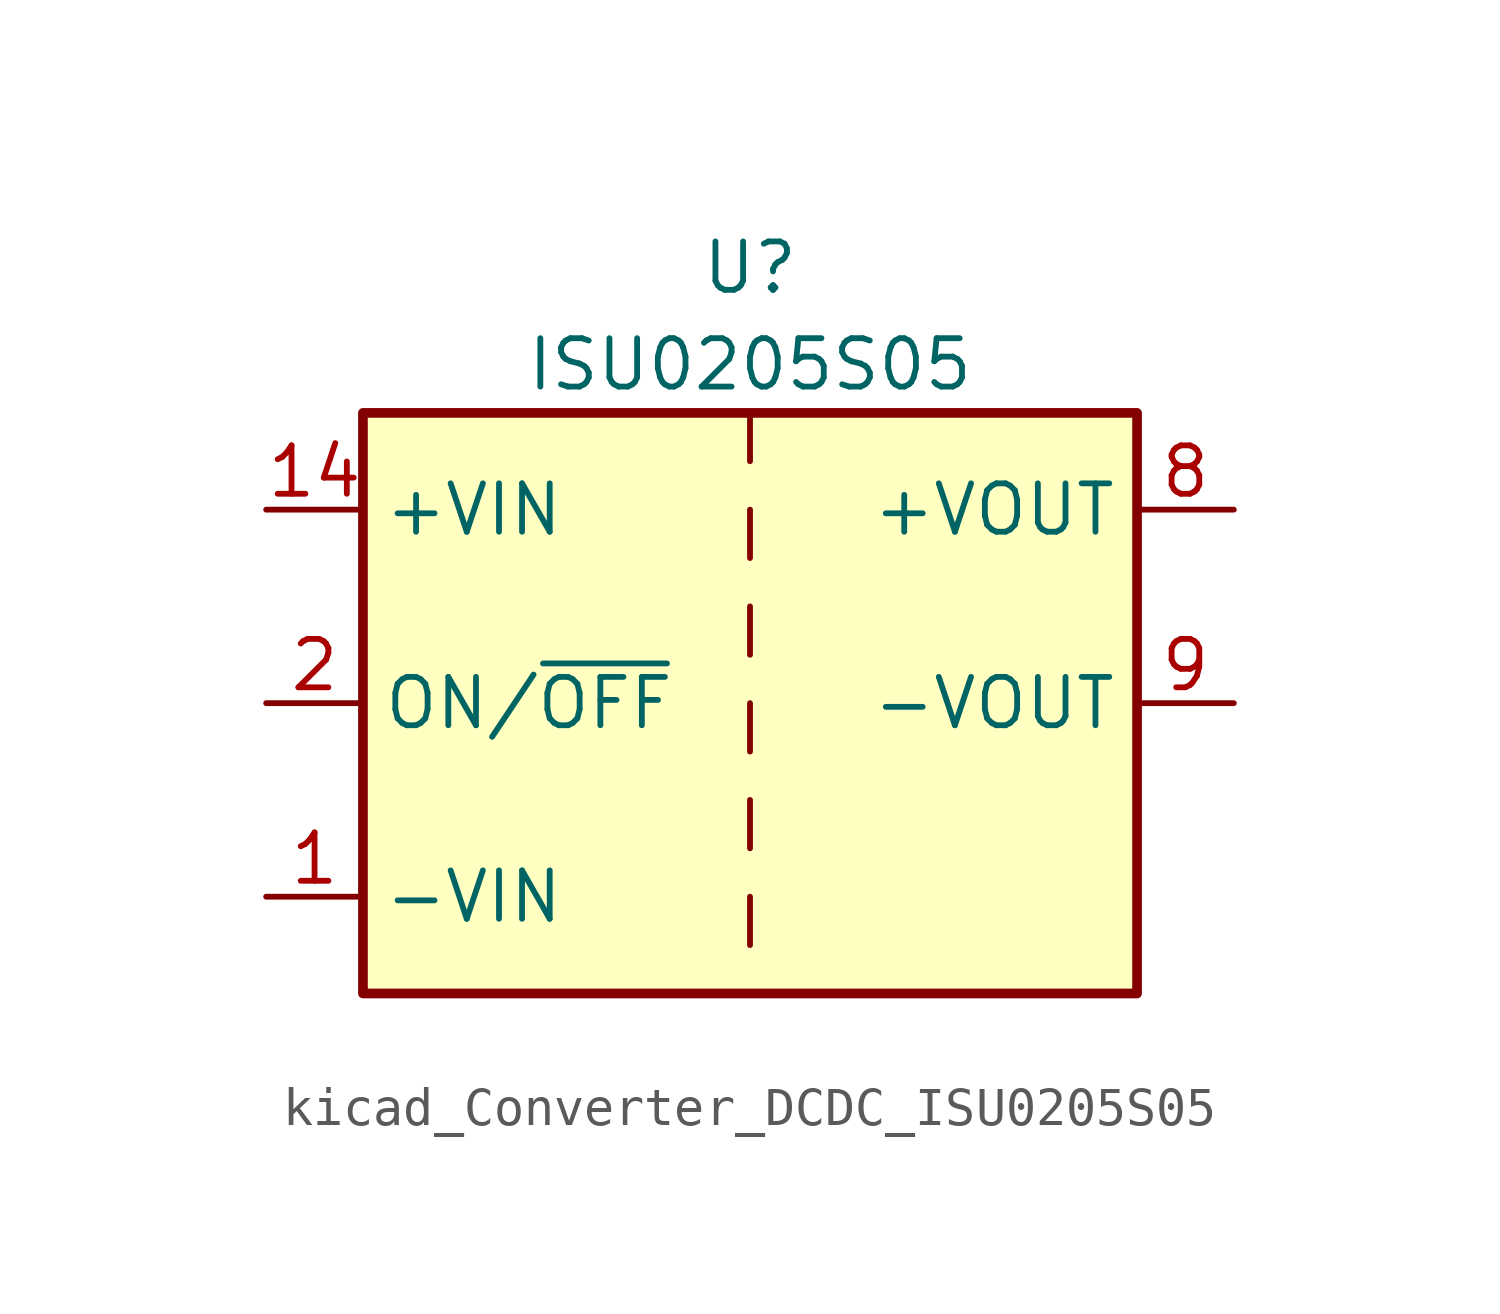
<source format=kicad_sym>
(kicad_symbol_lib
  (version 20220914)
  (generator kicad_symbol_editor)
  (symbol "kicad_Converter_DCDC_ISU0205S05"
    (property "Reference" "U"
      (at 0 11.43 0)
      (effects (font (size 1.27 1.27))))
    (property "Value" "ISU0205S05"
      (at 0 8.89 0)
      (effects (font (size 1.27 1.27))))
    (symbol "kicad_Converter_DCDC_ISU0205S05_0_1"
      (rectangle (start -10.16 7.62) (end 10.16 -7.62) (stroke (width 0.254) (type default)) (fill (type background)))
      (polyline (pts (xy 0 -5.08) (xy 0 -6.35)) (stroke (width 0) (type default)) (fill (type none)))
      (polyline (pts (xy 0 -2.54) (xy 0 -3.81)) (stroke (width 0) (type default)) (fill (type none)))
      (polyline (pts (xy 0 0) (xy 0 -1.27)) (stroke (width 0) (type default)) (fill (type none)))
      (polyline (pts (xy 0 2.54) (xy 0 1.27)) (stroke (width 0) (type default)) (fill (type none)))
      (polyline (pts (xy 0 5.08) (xy 0 3.81)) (stroke (width 0) (type default)) (fill (type none)))
      (polyline (pts (xy 0 7.62) (xy 0 6.35)) (stroke (width 0) (type default)) (fill (type none))))
    (symbol "kicad_Converter_DCDC_ISU0205S05_1_1"
      (pin power_in line (at -12.7 -5.08 0) (length 2.54) (name "-VIN" (effects (font (size 1.27 1.27)))) (number "1" (effects (font (size 1.27 1.27)))))
      (pin power_in line (at -12.7 5.08 0) (length 2.54) (name "+VIN" (effects (font (size 1.27 1.27)))) (number "14" (effects (font (size 1.27 1.27)))))
      (pin input line (at -12.7 0 0) (length 2.54) (name "ON/~{OFF}" (effects (font (size 1.27 1.27)))) (number "2" (effects (font (size 1.27 1.27)))))
      (pin no_connect line (at 10.16 -2.54 180) (length 2.54) hide (name "NC" (effects (font (size 1.27 1.27)))) (number "6" (effects (font (size 1.27 1.27)))))
      (pin no_connect line (at 10.16 -5.08 180) (length 2.54) hide (name "NC" (effects (font (size 1.27 1.27)))) (number "7" (effects (font (size 1.27 1.27)))))
      (pin power_out line (at 12.7 5.08 180) (length 2.54) (name "+VOUT" (effects (font (size 1.27 1.27)))) (number "8" (effects (font (size 1.27 1.27)))))
      (pin power_out line (at 12.7 0 180) (length 2.54) (name "-VOUT" (effects (font (size 1.27 1.27)))) (number "9" (effects (font (size 1.27 1.27))))))))
</source>
